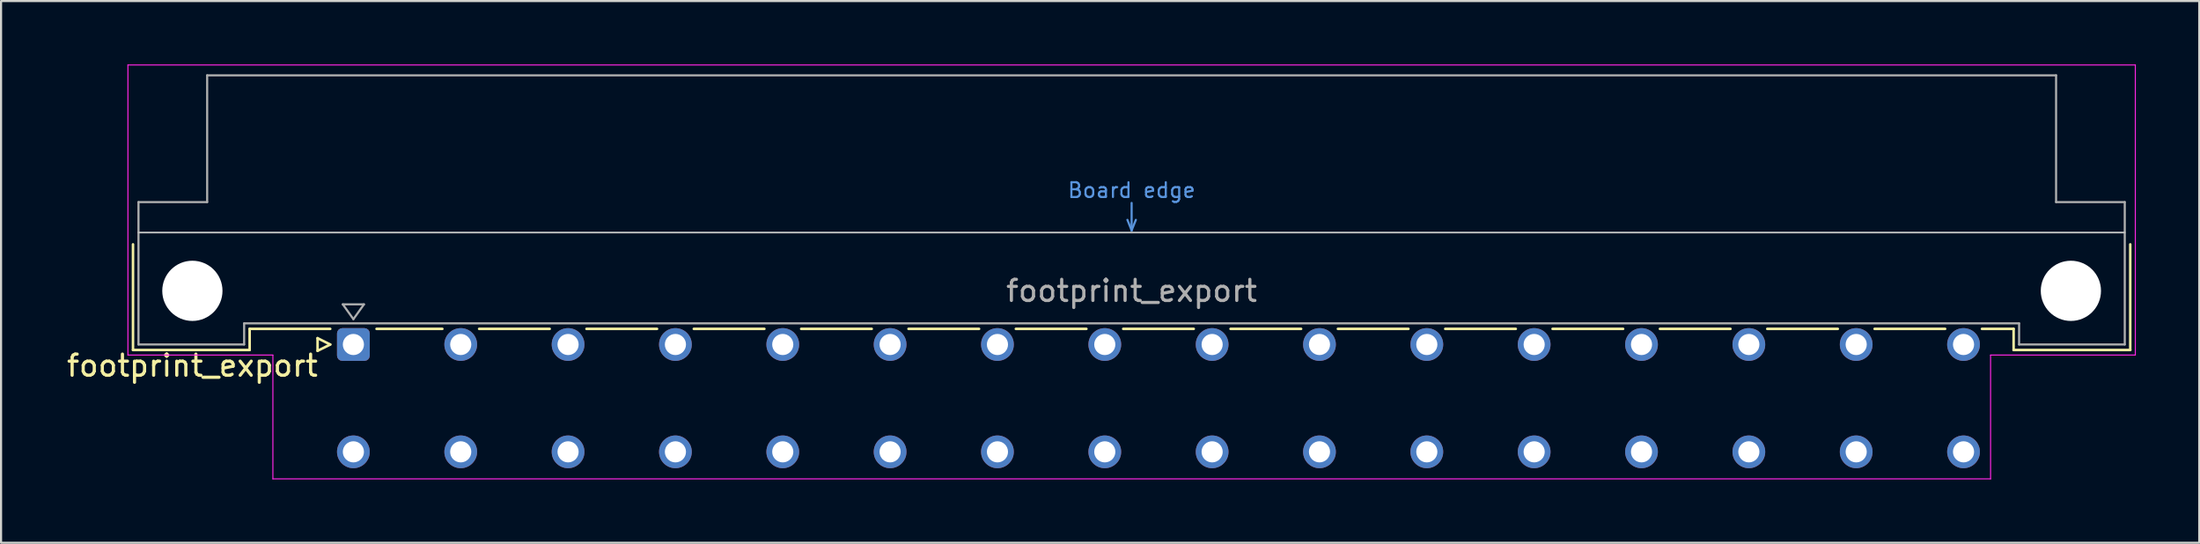
<source format=kicad_pcb>
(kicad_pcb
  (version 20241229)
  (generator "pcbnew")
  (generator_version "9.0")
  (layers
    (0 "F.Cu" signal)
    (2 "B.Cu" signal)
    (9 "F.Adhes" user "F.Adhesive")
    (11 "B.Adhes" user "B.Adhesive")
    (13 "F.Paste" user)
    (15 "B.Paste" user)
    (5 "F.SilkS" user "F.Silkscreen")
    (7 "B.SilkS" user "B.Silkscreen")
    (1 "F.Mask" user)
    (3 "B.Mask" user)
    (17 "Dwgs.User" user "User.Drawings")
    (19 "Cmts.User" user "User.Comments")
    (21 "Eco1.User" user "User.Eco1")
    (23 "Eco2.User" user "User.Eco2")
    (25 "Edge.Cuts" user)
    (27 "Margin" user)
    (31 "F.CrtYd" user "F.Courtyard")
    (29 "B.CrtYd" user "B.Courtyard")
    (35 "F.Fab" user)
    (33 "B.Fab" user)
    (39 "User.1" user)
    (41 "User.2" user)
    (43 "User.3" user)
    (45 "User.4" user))
  (footprint "footprint_export"
    (layer "F.Cu")
    (at 11.134 13.255)
    (property "Reference" "footprint_export" (at -5.08 1 0) (layer "F.SilkS") (effects (font (size 1 1) (thickness 0.15))))
    (attr through_hole)
    (fp_line (start -7.89 -4.74) (end -7.89 0.26) (stroke (width 0.12) (type solid)) (layer "F.SilkS"))
    (fp_line (start -7.89 0.26) (end -2.37 0.26) (stroke (width 0.12) (type solid)) (layer "F.SilkS"))
    (fp_line (start -2.371 -0.74) (end 1.445 -0.74) (stroke (width 0.12) (type solid)) (layer "F.SilkS"))
    (fp_line (start -2.37 0.26) (end -2.37 -0.74) (stroke (width 0.12) (type solid)) (layer "F.SilkS"))
    (fp_line (start 0.845 -0.3) (end 0.845 0.3) (stroke (width 0.12) (type solid)) (layer "F.SilkS"))
    (fp_line (start 0.845 0.3) (end 1.445 0) (stroke (width 0.12) (type solid)) (layer "F.SilkS"))
    (fp_line (start 1.445 0) (end 0.845 -0.3) (stroke (width 0.12) (type solid)) (layer "F.SilkS"))
    (fp_line (start 3.635 -0.74) (end 6.751 -0.74) (stroke (width 0.12) (type solid)) (layer "F.SilkS"))
    (fp_line (start 8.49 -0.74) (end 11.831 -0.74) (stroke (width 0.12) (type solid)) (layer "F.SilkS"))
    (fp_line (start 13.57 -0.74) (end 16.911 -0.74) (stroke (width 0.12) (type solid)) (layer "F.SilkS"))
    (fp_line (start 18.65 -0.74) (end 21.991 -0.74) (stroke (width 0.12) (type solid)) (layer "F.SilkS"))
    (fp_line (start 23.73 -0.74) (end 27.071 -0.74) (stroke (width 0.12) (type solid)) (layer "F.SilkS"))
    (fp_line (start 28.81 -0.74) (end 32.151 -0.74) (stroke (width 0.12) (type solid)) (layer "F.SilkS"))
    (fp_line (start 33.89 -0.74) (end 37.231 -0.74) (stroke (width 0.12) (type solid)) (layer "F.SilkS"))
    (fp_line (start 38.97 -0.74) (end 42.311 -0.74) (stroke (width 0.12) (type solid)) (layer "F.SilkS"))
    (fp_line (start 44.05 -0.74) (end 47.391 -0.74) (stroke (width 0.12) (type solid)) (layer "F.SilkS"))
    (fp_line (start 49.13 -0.74) (end 52.471 -0.74) (stroke (width 0.12) (type solid)) (layer "F.SilkS"))
    (fp_line (start 54.21 -0.74) (end 57.551 -0.74) (stroke (width 0.12) (type solid)) (layer "F.SilkS"))
    (fp_line (start 59.29 -0.74) (end 62.631 -0.74) (stroke (width 0.12) (type solid)) (layer "F.SilkS"))
    (fp_line (start 64.37 -0.74) (end 67.711 -0.74) (stroke (width 0.12) (type solid)) (layer "F.SilkS"))
    (fp_line (start 69.45 -0.74) (end 72.791 -0.74) (stroke (width 0.12) (type solid)) (layer "F.SilkS"))
    (fp_line (start 74.53 -0.74) (end 77.871 -0.74) (stroke (width 0.12) (type solid)) (layer "F.SilkS"))
    (fp_line (start 79.61 -0.74) (end 81.11 -0.74) (stroke (width 0.12) (type solid)) (layer "F.SilkS"))
    (fp_line (start 81.11 0.26) (end 81.11 -0.74) (stroke (width 0.12) (type solid)) (layer "F.SilkS"))
    (fp_line (start 86.63 -4.74) (end 86.63 0.26) (stroke (width 0.12) (type solid)) (layer "F.SilkS"))
    (fp_line (start 86.63 0.26) (end 81.11 0.26) (stroke (width 0.12) (type solid)) (layer "F.SilkS"))
    (fp_line (start -7.63 -5.3) (end 86.37 -5.3) (stroke (width 0.08) (type solid)) (layer "Dwgs.User"))
    (fp_line (start 39.17 -5.9) (end 39.37 -5.4) (stroke (width 0.1) (type solid)) (layer "Cmts.User"))
    (fp_line (start 39.37 -5.4) (end 39.37 -6.7) (stroke (width 0.1) (type solid)) (layer "Cmts.User"))
    (fp_line (start 39.37 -5.4) (end 39.57 -5.9) (stroke (width 0.1) (type solid)) (layer "Cmts.User"))
    (fp_line (start -8.13 -13.23) (end -8.13 0.5) (stroke (width 0.05) (type solid)) (layer "F.CrtYd"))
    (fp_line (start -8.13 0.5) (end -1.27 0.5) (stroke (width 0.05) (type solid)) (layer "F.CrtYd"))
    (fp_line (start -1.27 0.5) (end -1.27 6.36) (stroke (width 0.05) (type solid)) (layer "F.CrtYd"))
    (fp_line (start -1.27 6.36) (end 80.02 6.36) (stroke (width 0.05) (type solid)) (layer "F.CrtYd"))
    (fp_line (start 80.02 0.5) (end 86.87 0.5) (stroke (width 0.05) (type solid)) (layer "F.CrtYd"))
    (fp_line (start 80.02 6.36) (end 80.02 0.5) (stroke (width 0.05) (type solid)) (layer "F.CrtYd"))
    (fp_line (start 86.87 -13.23) (end -8.13 -13.23) (stroke (width 0.05) (type solid)) (layer "F.CrtYd"))
    (fp_line (start 86.87 0.5) (end 86.87 -13.23) (stroke (width 0.05) (type solid)) (layer "F.CrtYd"))
    (fp_line (start -7.63 -6.74) (end -7.63 0) (stroke (width 0.1) (type solid)) (layer "F.Fab"))
    (fp_line (start -7.63 0) (end -2.63 0) (stroke (width 0.1) (type solid)) (layer "F.Fab"))
    (fp_line (start -4.38 -12.74) (end -4.38 -6.74) (stroke (width 0.1) (type solid)) (layer "F.Fab"))
    (fp_line (start -4.38 -6.74) (end -7.63 -6.74) (stroke (width 0.1) (type solid)) (layer "F.Fab"))
    (fp_line (start -2.63 -1) (end 81.37 -1) (stroke (width 0.1) (type solid)) (layer "F.Fab"))
    (fp_line (start -2.63 0) (end -2.63 -1) (stroke (width 0.1) (type solid)) (layer "F.Fab"))
    (fp_line (start 2.04 -1.9) (end 3.04 -1.9) (stroke (width 0.1) (type solid)) (layer "F.Fab"))
    (fp_line (start 2.54 -1.2) (end 2.04 -1.9) (stroke (width 0.1) (type solid)) (layer "F.Fab"))
    (fp_line (start 3.04 -1.9) (end 2.54 -1.2) (stroke (width 0.1) (type solid)) (layer "F.Fab"))
    (fp_line (start 81.37 -1) (end 81.37 0) (stroke (width 0.1) (type solid)) (layer "F.Fab"))
    (fp_line (start 81.37 0) (end 86.37 0) (stroke (width 0.1) (type solid)) (layer "F.Fab"))
    (fp_line (start 83.12 -12.74) (end -4.38 -12.74) (stroke (width 0.1) (type solid)) (layer "F.Fab"))
    (fp_line (start 83.12 -6.74) (end 83.12 -12.74) (stroke (width 0.1) (type solid)) (layer "F.Fab"))
    (fp_line (start 86.37 -6.74) (end 83.12 -6.74) (stroke (width 0.1) (type solid)) (layer "F.Fab"))
    (fp_line (start 86.37 0) (end 86.37 -6.74) (stroke (width 0.1) (type solid)) (layer "F.Fab"))
    (fp_text user "Board edge" (at 39.37 -7.3 0) (layer "Cmts.User") (effects (font (size 0.7 0.7) (thickness 0.1))))
    (fp_text user "${REFERENCE}" (at 39.37 -2.54 0) (layer "F.Fab") (effects (font (size 1 1) (thickness 0.15))))
    (pad "" np_thru_hole circle (at -5.08 -2.54) (size 2.85 2.85) (drill 2.85) (layers "*.Cu" "*.Mask"))
    (pad "" np_thru_hole circle (at 83.82 -2.54) (size 2.85 2.85) (drill 2.85) (layers "*.Cu" "*.Mask"))
    (pad "d2" thru_hole circle (at 2.54 5.08) (size 1.55 1.55) (drill 1) (layers "*.Cu" "*.Mask"))
    (pad "d4" thru_hole circle (at 7.62 5.08) (size 1.55 1.55) (drill 1) (layers "*.Cu" "*.Mask"))
    (pad "d6" thru_hole circle (at 12.7 5.08) (size 1.55 1.55) (drill 1) (layers "*.Cu" "*.Mask"))
    (pad "d8" thru_hole circle (at 17.78 5.08) (size 1.55 1.55) (drill 1) (layers "*.Cu" "*.Mask"))
    (pad "d10" thru_hole circle (at 22.86 5.08) (size 1.55 1.55) (drill 1) (layers "*.Cu" "*.Mask"))
    (pad "d12" thru_hole circle (at 27.94 5.08) (size 1.55 1.55) (drill 1) (layers "*.Cu" "*.Mask"))
    (pad "d14" thru_hole circle (at 33.02 5.08) (size 1.55 1.55) (drill 1) (layers "*.Cu" "*.Mask"))
    (pad "d16" thru_hole circle (at 38.1 5.08) (size 1.55 1.55) (drill 1) (layers "*.Cu" "*.Mask"))
    (pad "d18" thru_hole circle (at 43.18 5.08) (size 1.55 1.55) (drill 1) (layers "*.Cu" "*.Mask"))
    (pad "d20" thru_hole circle (at 48.26 5.08) (size 1.55 1.55) (drill 1) (layers "*.Cu" "*.Mask"))
    (pad "d22" thru_hole circle (at 53.34 5.08) (size 1.55 1.55) (drill 1) (layers "*.Cu" "*.Mask"))
    (pad "d24" thru_hole circle (at 58.42 5.08) (size 1.55 1.55) (drill 1) (layers "*.Cu" "*.Mask"))
    (pad "d26" thru_hole circle (at 63.5 5.08) (size 1.55 1.55) (drill 1) (layers "*.Cu" "*.Mask"))
    (pad "d28" thru_hole circle (at 68.58 5.08) (size 1.55 1.55) (drill 1) (layers "*.Cu" "*.Mask"))
    (pad "d30" thru_hole circle (at 73.66 5.08) (size 1.55 1.55) (drill 1) (layers "*.Cu" "*.Mask"))
    (pad "d32" thru_hole circle (at 78.74 5.08) (size 1.55 1.55) (drill 1) (layers "*.Cu" "*.Mask"))
    (pad "z2" thru_hole roundrect (at 2.54 0) (size 1.55 1.55) (drill 1) (layers "*.Cu" "*.Mask") (roundrect_rratio 0.161))
    (pad "z4" thru_hole circle (at 7.62 0) (size 1.55 1.55) (drill 1) (layers "*.Cu" "*.Mask"))
    (pad "z6" thru_hole circle (at 12.7 0) (size 1.55 1.55) (drill 1) (layers "*.Cu" "*.Mask"))
    (pad "z8" thru_hole circle (at 17.78 0) (size 1.55 1.55) (drill 1) (layers "*.Cu" "*.Mask"))
    (pad "z10" thru_hole circle (at 22.86 0) (size 1.55 1.55) (drill 1) (layers "*.Cu" "*.Mask"))
    (pad "z12" thru_hole circle (at 27.94 0) (size 1.55 1.55) (drill 1) (layers "*.Cu" "*.Mask"))
    (pad "z14" thru_hole circle (at 33.02 0) (size 1.55 1.55) (drill 1) (layers "*.Cu" "*.Mask"))
    (pad "z16" thru_hole circle (at 38.1 0) (size 1.55 1.55) (drill 1) (layers "*.Cu" "*.Mask"))
    (pad "z18" thru_hole circle (at 43.18 0) (size 1.55 1.55) (drill 1) (layers "*.Cu" "*.Mask"))
    (pad "z20" thru_hole circle (at 48.26 0) (size 1.55 1.55) (drill 1) (layers "*.Cu" "*.Mask"))
    (pad "z22" thru_hole circle (at 53.34 0) (size 1.55 1.55) (drill 1) (layers "*.Cu" "*.Mask"))
    (pad "z24" thru_hole circle (at 58.42 0) (size 1.55 1.55) (drill 1) (layers "*.Cu" "*.Mask"))
    (pad "z26" thru_hole circle (at 63.5 0) (size 1.55 1.55) (drill 1) (layers "*.Cu" "*.Mask"))
    (pad "z28" thru_hole circle (at 68.58 0) (size 1.55 1.55) (drill 1) (layers "*.Cu" "*.Mask"))
    (pad "z30" thru_hole circle (at 73.66 0) (size 1.55 1.55) (drill 1) (layers "*.Cu" "*.Mask"))
    (pad "z32" thru_hole circle (at 78.74 0) (size 1.55 1.55) (drill 1) (layers "*.Cu" "*.Mask")))
  (gr_rect
    (start -3 -3)
    (end 101.029 22.64)
    (stroke (width 0.1) (type default))
    (fill no)
    (layer "Edge.Cuts")))
</source>
